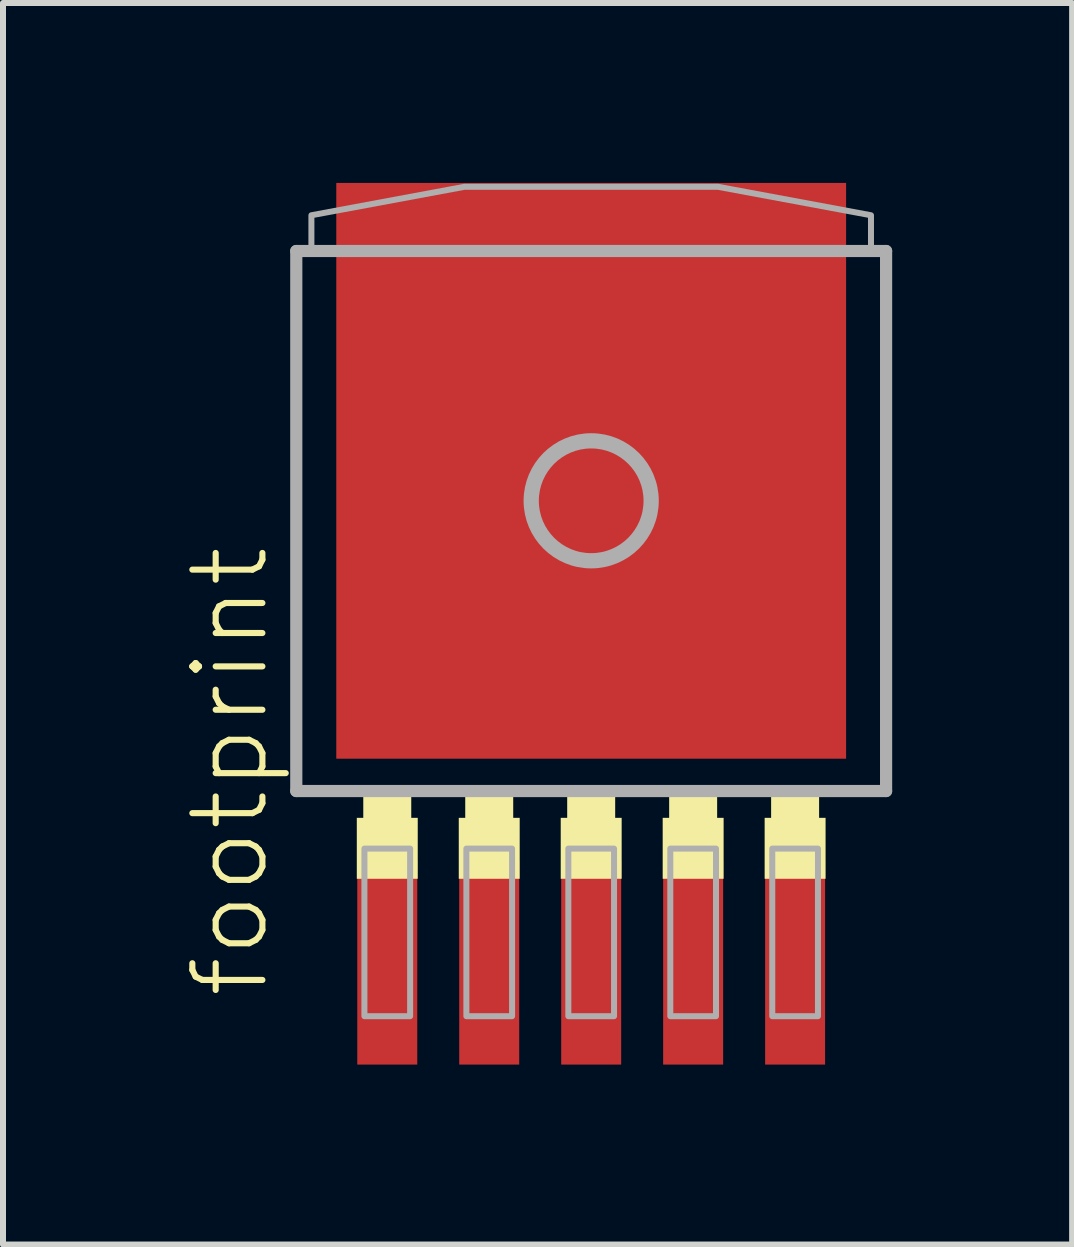
<source format=kicad_pcb>
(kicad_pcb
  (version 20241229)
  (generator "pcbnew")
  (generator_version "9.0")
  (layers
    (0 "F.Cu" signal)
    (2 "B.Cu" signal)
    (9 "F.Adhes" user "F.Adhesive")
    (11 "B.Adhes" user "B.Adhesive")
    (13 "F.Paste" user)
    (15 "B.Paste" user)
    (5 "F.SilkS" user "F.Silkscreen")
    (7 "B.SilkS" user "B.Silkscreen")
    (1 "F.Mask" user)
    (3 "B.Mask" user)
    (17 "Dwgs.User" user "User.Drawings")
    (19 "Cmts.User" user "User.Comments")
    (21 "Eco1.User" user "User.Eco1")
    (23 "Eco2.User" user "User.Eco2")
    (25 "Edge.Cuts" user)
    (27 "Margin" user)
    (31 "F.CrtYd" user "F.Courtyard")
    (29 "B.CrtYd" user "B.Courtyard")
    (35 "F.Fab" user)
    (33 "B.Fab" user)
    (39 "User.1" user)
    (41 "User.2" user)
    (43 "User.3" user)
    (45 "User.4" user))
  (footprint "footprint"
    (layer "F.Cu")
    (at 6.807 5.125)
    (property "Reference" "footprint" (at -5.334 8.509 90) (layer "F.SilkS") (effects (font (size 1.168 1.168) (thickness 0.102)) (justify left bottom)))
    (fp_poly (pts (xy -3.908 6.477) (xy -2.892 6.477) (xy -2.892 5.461) (xy -3.908 5.461)) (stroke (width 0) (type solid)) (fill yes) (layer "F.SilkS"))
    (fp_poly (pts (xy -3.8 5.5) (xy -3 5.5) (xy -3 5.1) (xy -3.8 5.1)) (stroke (width 0) (type solid)) (fill yes) (layer "F.SilkS"))
    (fp_poly (pts (xy -2.208 6.477) (xy -1.192 6.477) (xy -1.192 5.461) (xy -2.208 5.461)) (stroke (width 0) (type solid)) (fill yes) (layer "F.SilkS"))
    (fp_poly (pts (xy -2.1 5.5) (xy -1.3 5.5) (xy -1.3 5.1) (xy -2.1 5.1)) (stroke (width 0) (type solid)) (fill yes) (layer "F.SilkS"))
    (fp_poly (pts (xy -0.508 6.477) (xy 0.508 6.477) (xy 0.508 5.461) (xy -0.508 5.461)) (stroke (width 0) (type solid)) (fill yes) (layer "F.SilkS"))
    (fp_poly (pts (xy -0.4 5.5) (xy 0.4 5.5) (xy 0.4 5.1) (xy -0.4 5.1)) (stroke (width 0) (type solid)) (fill yes) (layer "F.SilkS"))
    (fp_poly (pts (xy 1.192 6.477) (xy 2.208 6.477) (xy 2.208 5.461) (xy 1.192 5.461)) (stroke (width 0) (type solid)) (fill yes) (layer "F.SilkS"))
    (fp_poly (pts (xy 1.3 5.5) (xy 2.1 5.5) (xy 2.1 5.1) (xy 1.3 5.1)) (stroke (width 0) (type solid)) (fill yes) (layer "F.SilkS"))
    (fp_poly (pts (xy 2.892 6.477) (xy 3.908 6.477) (xy 3.908 5.461) (xy 2.892 5.461)) (stroke (width 0) (type solid)) (fill yes) (layer "F.SilkS"))
    (fp_poly (pts (xy 3 5.5) (xy 3.8 5.5) (xy 3.8 5.1) (xy 3 5.1)) (stroke (width 0) (type solid)) (fill yes) (layer "F.SilkS"))
    (fp_line (start -4.917 -3.99) (end 4.917 -3.99) (stroke (width 0.203) (type solid)) (layer "F.Fab"))
    (fp_line (start -4.917 5.014) (end -4.917 -3.99) (stroke (width 0.203) (type solid)) (layer "F.Fab"))
    (fp_line (start 4.917 -3.99) (end 4.917 5.014) (stroke (width 0.203) (type solid)) (layer "F.Fab"))
    (fp_line (start 4.917 5.014) (end -4.917 5.014) (stroke (width 0.203) (type solid)) (layer "F.Fab"))
    (fp_circle (center 0 0.175) (end 1 0.175) (stroke (width 0.254) (type solid)) (fill no) (layer "F.Fab"))
    (fp_poly (pts (xy -3.781 8.768) (xy -3.019 8.768) (xy -3.019 5.974) (xy -3.781 5.974)) (stroke (width 0.1) (type solid)) (fill no) (layer "F.Fab"))
    (fp_poly (pts (xy -2.081 8.768) (xy -1.319 8.768) (xy -1.319 5.974) (xy -2.081 5.974)) (stroke (width 0.1) (type solid)) (fill no) (layer "F.Fab"))
    (fp_poly (pts (xy -0.381 8.768) (xy 0.381 8.768) (xy 0.381 5.974) (xy -0.381 5.974)) (stroke (width 0.1) (type solid)) (fill no) (layer "F.Fab"))
    (fp_poly (pts (xy 1.319 8.768) (xy 2.081 8.768) (xy 2.081 5.974) (xy 1.319 5.974)) (stroke (width 0.1) (type solid)) (fill no) (layer "F.Fab"))
    (fp_poly (pts (xy 3.019 8.768) (xy 3.781 8.768) (xy 3.781 5.974) (xy 3.019 5.974)) (stroke (width 0.1) (type solid)) (fill no) (layer "F.Fab"))
    (fp_poly (pts (xy 4.665 -4.586) (xy 4.665 -3.992) (xy -4.665 -3.992) (xy -4.665 -4.586) (xy -2.117 -5.06) (xy 2.117 -5.06)) (stroke (width 0.1) (type solid)) (fill no) (layer "F.Fab"))
    (pad "1" smd rect (at -3.4 7.875) (size 1 3.4) (layers "F.Cu" "F.Mask" "F.Paste"))
    (pad "2" smd rect (at -1.7 7.875) (size 1 3.4) (layers "F.Cu" "F.Mask" "F.Paste"))
    (pad "3" smd rect (at 0 7.875) (size 1 3.4) (layers "F.Cu" "F.Mask" "F.Paste"))
    (pad "4" smd rect (at 1.7 7.875) (size 1 3.4) (layers "F.Cu" "F.Mask" "F.Paste"))
    (pad "5" smd rect (at 3.4 7.875) (size 1 3.4) (layers "F.Cu" "F.Mask" "F.Paste"))
    (pad "6" smd rect (at 0 -0.325) (size 8.5 9.6) (layers "F.Cu" "F.Mask" "F.Paste")))
  (gr_rect
    (start -3 -3)
    (end 14.826 17.7)
    (stroke (width 0.1) (type default))
    (fill no)
    (layer "Edge.Cuts")))
</source>
